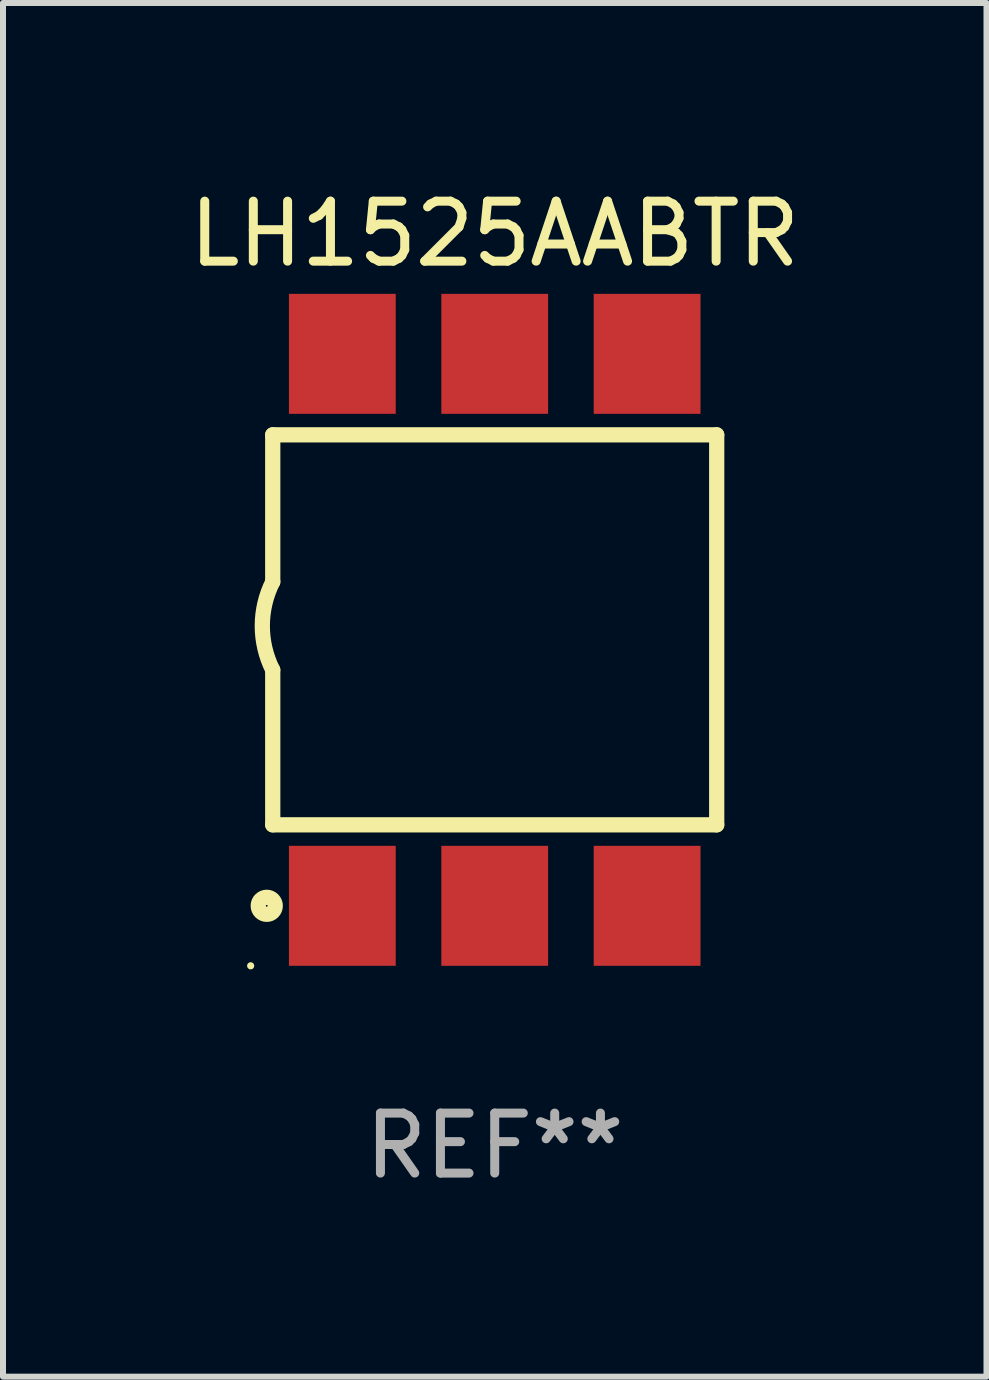
<source format=kicad_pcb>
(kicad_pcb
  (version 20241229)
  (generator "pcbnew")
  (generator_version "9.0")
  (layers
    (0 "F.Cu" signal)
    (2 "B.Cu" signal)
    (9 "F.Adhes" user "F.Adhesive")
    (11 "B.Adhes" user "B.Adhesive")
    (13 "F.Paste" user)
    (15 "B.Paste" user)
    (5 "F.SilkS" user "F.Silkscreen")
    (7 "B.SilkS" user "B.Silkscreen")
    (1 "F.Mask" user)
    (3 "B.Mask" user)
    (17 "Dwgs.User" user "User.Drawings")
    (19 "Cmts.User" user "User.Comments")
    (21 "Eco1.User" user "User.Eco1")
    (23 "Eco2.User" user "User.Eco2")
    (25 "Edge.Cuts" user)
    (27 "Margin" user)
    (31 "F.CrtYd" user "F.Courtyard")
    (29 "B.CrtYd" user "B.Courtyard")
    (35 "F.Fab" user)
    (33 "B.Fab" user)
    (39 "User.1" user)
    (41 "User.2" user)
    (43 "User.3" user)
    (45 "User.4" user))
  (footprint "LH1525AABTR"
    (layer "F.Cu")
    (at 5.196 7.448)
    (property "Reference" "LH1525AABTR" (at 0 -6.6 0) (layer "F.SilkS") (effects (font (size 1 1) (thickness 0.15))))
    (attr through_hole)
    (fp_line (start -3.7 -3.25) (end -3.7 -0.8) (stroke (width 0.254) (type solid)) (layer "F.SilkS"))
    (fp_line (start -3.7 -3.25) (end 3.7 -3.25) (stroke (width 0.254) (type solid)) (layer "F.SilkS"))
    (fp_line (start -3.7 3.25) (end -3.7 0.669) (stroke (width 0.254) (type solid)) (layer "F.SilkS"))
    (fp_line (start 3.7 -3.25) (end 3.7 3.25) (stroke (width 0.254) (type solid)) (layer "F.SilkS"))
    (fp_line (start 3.7 3.25) (end -3.7 3.25) (stroke (width 0.254) (type solid)) (layer "F.SilkS"))
    (fp_arc (start -3.700787 0.668021) (mid -3.873795 -0.066082) (end -3.7 -0.8) (stroke (width 0.254001) (type solid)) (layer "F.SilkS"))
    (fp_circle (center -4.068 5.6) (end -4.038 5.6) (stroke (width 0.06) (type solid)) (fill no) (layer "F.SilkS"))
    (fp_circle (center -3.8 4.6) (end -3.658 4.6) (stroke (width 0.254) (type solid)) (fill no) (layer "F.SilkS"))
    (fp_text user "REF**" (at 0 8.6 0) (layer "F.Fab") (effects (font (size 1 1) (thickness 0.15))))
    (pad "1" smd rect (at -2.54 4.6) (size 1.78 2) (layers "F.Cu" "F.Mask" "F.Paste"))
    (pad "2" smd rect (at 0 4.6) (size 1.78 2) (layers "F.Cu" "F.Mask" "F.Paste"))
    (pad "3" smd rect (at 2.54 4.6) (size 1.78 2) (layers "F.Cu" "F.Mask" "F.Paste"))
    (pad "4" smd rect (at 2.54 -4.6) (size 1.78 2) (layers "F.Cu" "F.Mask" "F.Paste"))
    (pad "5" smd rect (at 0 -4.6) (size 1.78 2) (layers "F.Cu" "F.Mask" "F.Paste"))
    (pad "6" smd rect (at -2.54 -4.6) (size 1.78 2) (layers "F.Cu" "F.Mask" "F.Paste")))
  (gr_rect
    (start -3 -3)
    (end 13.393 19.896)
    (stroke (width 0.1) (type default))
    (fill no)
    (layer "Edge.Cuts")))
</source>
